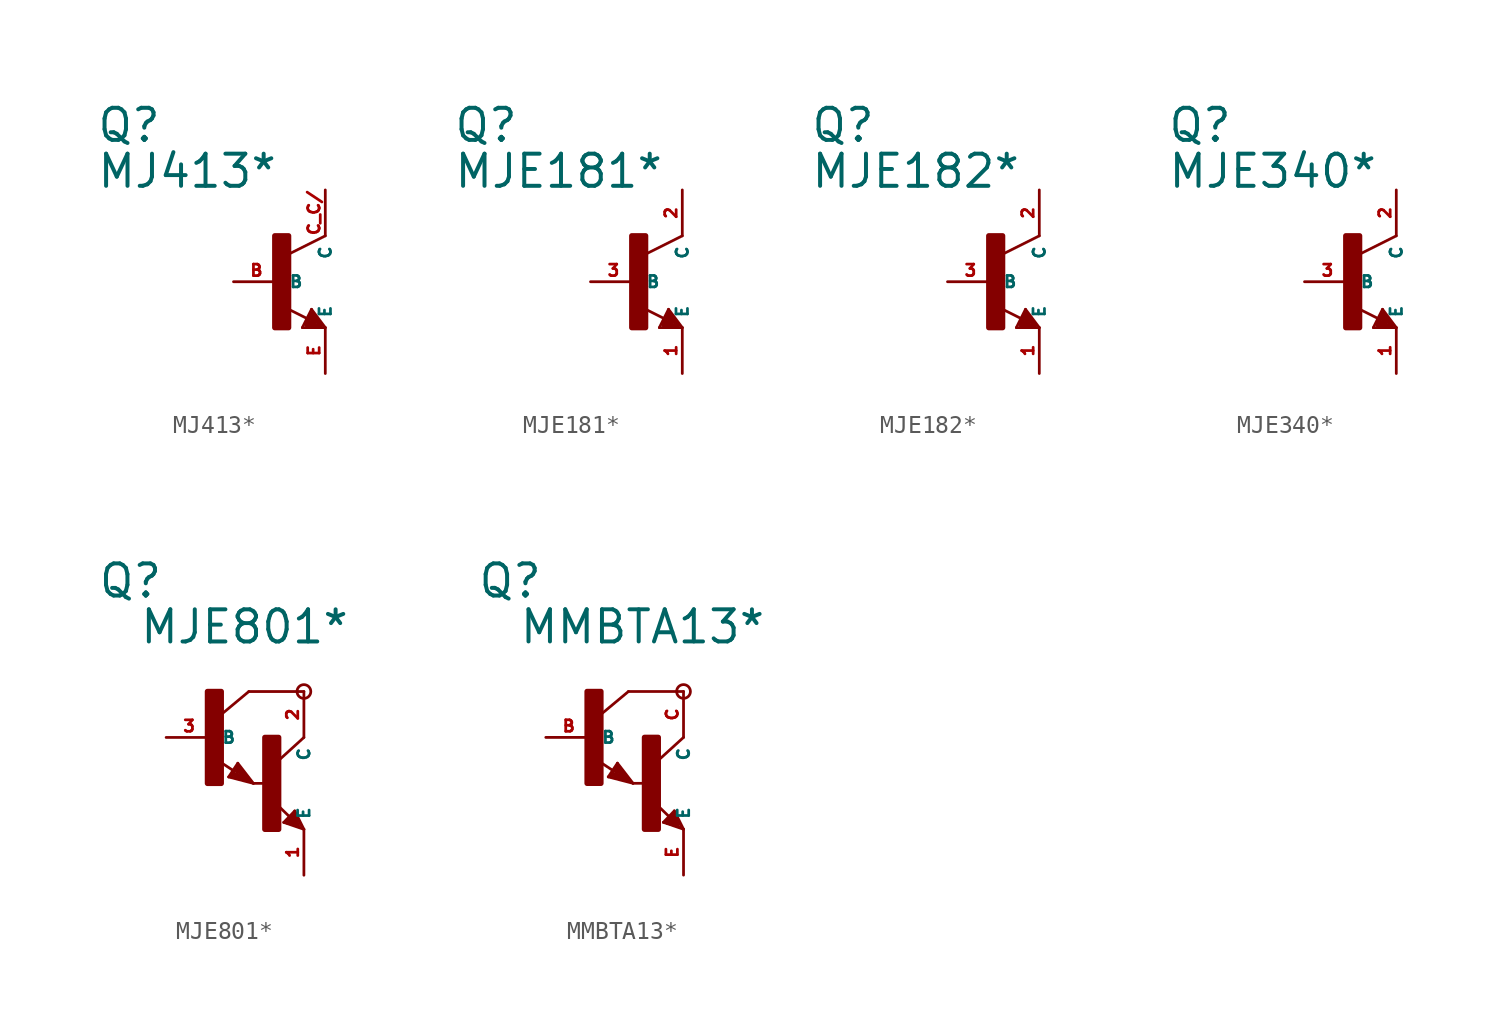
<source format=kicad_sym>
(kicad_symbol_lib
  (version 20220914)
  (generator Eagle2Kicad)
  (symbol "MJ413*"
    (property "Reference" "Q"
      (at -10.16 7.62 0)
      (effects (font (size 1.778 1.778) (thickness 0.22)) (justify left bottom)))
    (property "Value" "MJ413*"
      (at -10.16 5.08 0)
      (effects (font (size 1.778 1.778) (thickness 0.22)) (justify left bottom)))
    (polyline
      (pts (xy 2.54 2.54) (xy 0.508 1.524))
      (stroke (width 0.152) (type default))
      (fill (type none)))
    (polyline
      (pts (xy 1.778 -1.524) (xy 2.54 -2.54))
      (stroke (width 0.152) (type default))
      (fill (type none)))
    (polyline
      (pts (xy 2.54 -2.54) (xy 1.27 -2.54))
      (stroke (width 0.152) (type default))
      (fill (type none)))
    (polyline
      (pts (xy 1.27 -2.54) (xy 1.778 -1.524))
      (stroke (width 0.152) (type default))
      (fill (type none)))
    (polyline
      (pts (xy 1.54 -2.04) (xy 0.308 -1.424))
      (stroke (width 0.152) (type default))
      (fill (type none)))
    (polyline
      (pts (xy 1.524 -2.413) (xy 2.286 -2.413))
      (stroke (width 0.254) (type default))
      (fill (type none)))
    (polyline
      (pts (xy 2.286 -2.413) (xy 1.778 -1.778))
      (stroke (width 0.254) (type default))
      (fill (type none)))
    (polyline
      (pts (xy 1.778 -1.778) (xy 1.524 -2.286))
      (stroke (width 0.254) (type default))
      (fill (type none)))
    (polyline
      (pts (xy 1.524 -2.286) (xy 1.905 -2.286))
      (stroke (width 0.254) (type default))
      (fill (type none)))
    (polyline
      (pts (xy 1.905 -2.286) (xy 1.778 -2.032))
      (stroke (width 0.254) (type default))
      (fill (type none)))
    (rectangle
      (start -0.254 -2.54)
      (end 0.508 2.54)
      (stroke (width 0.3) (type default))
      (fill (type outline)))
    (pin passive line
      (at -2.54 0 0)
      (length 2.54)
      (name "B" (effects (font (size 0.635 0.635) (thickness 0.08)) (justify left bottom)))
      (number "B" (effects (font (size 0.635 0.635) (thickness 0.08)) (justify left bottom))))
    (pin passive line
      (at 2.54 -5.08 90)
      (length 2.54)
      (name "E" (effects (font (size 0.635 0.635) (thickness 0.08)) (justify left bottom)))
      (number "E" (effects (font (size 0.635 0.635) (thickness 0.08)) (justify left bottom))))
    (pin passive line
      (at 2.54 5.08 270)
      (length 2.54)
      (name "C" (effects (font (size 0.635 0.635) (thickness 0.08)) (justify left bottom)))
      (number "C C/" (effects (font (size 0.635 0.635) (thickness 0.08)) (justify left bottom)))))
  (symbol "MJE181*"
    (property "Reference" "Q"
      (at -10.16 7.62 0)
      (effects (font (size 1.778 1.778) (thickness 0.22)) (justify left bottom)))
    (property "Value" "MJE181*"
      (at -10.16 5.08 0)
      (effects (font (size 1.778 1.778) (thickness 0.22)) (justify left bottom)))
    (polyline
      (pts (xy 2.54 2.54) (xy 0.508 1.524))
      (stroke (width 0.152) (type default))
      (fill (type none)))
    (polyline
      (pts (xy 1.778 -1.524) (xy 2.54 -2.54))
      (stroke (width 0.152) (type default))
      (fill (type none)))
    (polyline
      (pts (xy 2.54 -2.54) (xy 1.27 -2.54))
      (stroke (width 0.152) (type default))
      (fill (type none)))
    (polyline
      (pts (xy 1.27 -2.54) (xy 1.778 -1.524))
      (stroke (width 0.152) (type default))
      (fill (type none)))
    (polyline
      (pts (xy 1.54 -2.04) (xy 0.308 -1.424))
      (stroke (width 0.152) (type default))
      (fill (type none)))
    (polyline
      (pts (xy 1.524 -2.413) (xy 2.286 -2.413))
      (stroke (width 0.254) (type default))
      (fill (type none)))
    (polyline
      (pts (xy 2.286 -2.413) (xy 1.778 -1.778))
      (stroke (width 0.254) (type default))
      (fill (type none)))
    (polyline
      (pts (xy 1.778 -1.778) (xy 1.524 -2.286))
      (stroke (width 0.254) (type default))
      (fill (type none)))
    (polyline
      (pts (xy 1.524 -2.286) (xy 1.905 -2.286))
      (stroke (width 0.254) (type default))
      (fill (type none)))
    (polyline
      (pts (xy 1.905 -2.286) (xy 1.778 -2.032))
      (stroke (width 0.254) (type default))
      (fill (type none)))
    (rectangle
      (start -0.254 -2.54)
      (end 0.508 2.54)
      (stroke (width 0.3) (type default))
      (fill (type outline)))
    (pin passive line
      (at -2.54 0 0)
      (length 2.54)
      (name "B" (effects (font (size 0.635 0.635) (thickness 0.08)) (justify left bottom)))
      (number "3" (effects (font (size 0.635 0.635) (thickness 0.08)) (justify left bottom))))
    (pin passive line
      (at 2.54 -5.08 90)
      (length 2.54)
      (name "E" (effects (font (size 0.635 0.635) (thickness 0.08)) (justify left bottom)))
      (number "1" (effects (font (size 0.635 0.635) (thickness 0.08)) (justify left bottom))))
    (pin passive line
      (at 2.54 5.08 270)
      (length 2.54)
      (name "C" (effects (font (size 0.635 0.635) (thickness 0.08)) (justify left bottom)))
      (number "2" (effects (font (size 0.635 0.635) (thickness 0.08)) (justify left bottom)))))
  (symbol "MJE182*"
    (property "Reference" "Q"
      (at -10.16 7.62 0)
      (effects (font (size 1.778 1.778) (thickness 0.22)) (justify left bottom)))
    (property "Value" "MJE182*"
      (at -10.16 5.08 0)
      (effects (font (size 1.778 1.778) (thickness 0.22)) (justify left bottom)))
    (polyline
      (pts (xy 2.54 2.54) (xy 0.508 1.524))
      (stroke (width 0.152) (type default))
      (fill (type none)))
    (polyline
      (pts (xy 1.778 -1.524) (xy 2.54 -2.54))
      (stroke (width 0.152) (type default))
      (fill (type none)))
    (polyline
      (pts (xy 2.54 -2.54) (xy 1.27 -2.54))
      (stroke (width 0.152) (type default))
      (fill (type none)))
    (polyline
      (pts (xy 1.27 -2.54) (xy 1.778 -1.524))
      (stroke (width 0.152) (type default))
      (fill (type none)))
    (polyline
      (pts (xy 1.54 -2.04) (xy 0.308 -1.424))
      (stroke (width 0.152) (type default))
      (fill (type none)))
    (polyline
      (pts (xy 1.524 -2.413) (xy 2.286 -2.413))
      (stroke (width 0.254) (type default))
      (fill (type none)))
    (polyline
      (pts (xy 2.286 -2.413) (xy 1.778 -1.778))
      (stroke (width 0.254) (type default))
      (fill (type none)))
    (polyline
      (pts (xy 1.778 -1.778) (xy 1.524 -2.286))
      (stroke (width 0.254) (type default))
      (fill (type none)))
    (polyline
      (pts (xy 1.524 -2.286) (xy 1.905 -2.286))
      (stroke (width 0.254) (type default))
      (fill (type none)))
    (polyline
      (pts (xy 1.905 -2.286) (xy 1.778 -2.032))
      (stroke (width 0.254) (type default))
      (fill (type none)))
    (rectangle
      (start -0.254 -2.54)
      (end 0.508 2.54)
      (stroke (width 0.3) (type default))
      (fill (type outline)))
    (pin passive line
      (at -2.54 0 0)
      (length 2.54)
      (name "B" (effects (font (size 0.635 0.635) (thickness 0.08)) (justify left bottom)))
      (number "3" (effects (font (size 0.635 0.635) (thickness 0.08)) (justify left bottom))))
    (pin passive line
      (at 2.54 -5.08 90)
      (length 2.54)
      (name "E" (effects (font (size 0.635 0.635) (thickness 0.08)) (justify left bottom)))
      (number "1" (effects (font (size 0.635 0.635) (thickness 0.08)) (justify left bottom))))
    (pin passive line
      (at 2.54 5.08 270)
      (length 2.54)
      (name "C" (effects (font (size 0.635 0.635) (thickness 0.08)) (justify left bottom)))
      (number "2" (effects (font (size 0.635 0.635) (thickness 0.08)) (justify left bottom)))))
  (symbol "MJE340*"
    (property "Reference" "Q"
      (at -10.16 7.62 0)
      (effects (font (size 1.778 1.778) (thickness 0.22)) (justify left bottom)))
    (property "Value" "MJE340*"
      (at -10.16 5.08 0)
      (effects (font (size 1.778 1.778) (thickness 0.22)) (justify left bottom)))
    (polyline
      (pts (xy 2.54 2.54) (xy 0.508 1.524))
      (stroke (width 0.152) (type default))
      (fill (type none)))
    (polyline
      (pts (xy 1.778 -1.524) (xy 2.54 -2.54))
      (stroke (width 0.152) (type default))
      (fill (type none)))
    (polyline
      (pts (xy 2.54 -2.54) (xy 1.27 -2.54))
      (stroke (width 0.152) (type default))
      (fill (type none)))
    (polyline
      (pts (xy 1.27 -2.54) (xy 1.778 -1.524))
      (stroke (width 0.152) (type default))
      (fill (type none)))
    (polyline
      (pts (xy 1.54 -2.04) (xy 0.308 -1.424))
      (stroke (width 0.152) (type default))
      (fill (type none)))
    (polyline
      (pts (xy 1.524 -2.413) (xy 2.286 -2.413))
      (stroke (width 0.254) (type default))
      (fill (type none)))
    (polyline
      (pts (xy 2.286 -2.413) (xy 1.778 -1.778))
      (stroke (width 0.254) (type default))
      (fill (type none)))
    (polyline
      (pts (xy 1.778 -1.778) (xy 1.524 -2.286))
      (stroke (width 0.254) (type default))
      (fill (type none)))
    (polyline
      (pts (xy 1.524 -2.286) (xy 1.905 -2.286))
      (stroke (width 0.254) (type default))
      (fill (type none)))
    (polyline
      (pts (xy 1.905 -2.286) (xy 1.778 -2.032))
      (stroke (width 0.254) (type default))
      (fill (type none)))
    (rectangle
      (start -0.254 -2.54)
      (end 0.508 2.54)
      (stroke (width 0.3) (type default))
      (fill (type outline)))
    (pin passive line
      (at -2.54 0 0)
      (length 2.54)
      (name "B" (effects (font (size 0.635 0.635) (thickness 0.08)) (justify left bottom)))
      (number "3" (effects (font (size 0.635 0.635) (thickness 0.08)) (justify left bottom))))
    (pin passive line
      (at 2.54 -5.08 90)
      (length 2.54)
      (name "E" (effects (font (size 0.635 0.635) (thickness 0.08)) (justify left bottom)))
      (number "1" (effects (font (size 0.635 0.635) (thickness 0.08)) (justify left bottom))))
    (pin passive line
      (at 2.54 5.08 270)
      (length 2.54)
      (name "C" (effects (font (size 0.635 0.635) (thickness 0.08)) (justify left bottom)))
      (number "2" (effects (font (size 0.635 0.635) (thickness 0.08)) (justify left bottom)))))
  (symbol "MJE801*"
    (property "Reference" "Q"
      (at -6.35 7.62 0)
      (effects (font (size 1.778 1.778) (thickness 0.22)) (justify left bottom)))
    (property "Value" "MJE801*"
      (at -4.064 5.08 0)
      (effects (font (size 1.778 1.778) (thickness 0.22)) (justify left bottom)))
    (polyline
      (pts (xy 5.08 2.54) (xy 2.032 2.54))
      (stroke (width 0.152) (type default))
      (fill (type none)))
    (polyline
      (pts (xy 1.424 -1.424) (xy 2.286 -2.54))
      (stroke (width 0.152) (type default))
      (fill (type none)))
    (polyline
      (pts (xy 2.921 -2.54) (xy 2.286 -2.54))
      (stroke (width 0.152) (type default))
      (fill (type none)))
    (polyline
      (pts (xy 0.916 -2.186) (xy 1.424 -1.424))
      (stroke (width 0.152) (type default))
      (fill (type none)))
    (polyline
      (pts (xy 2.286 -2.54) (xy 0.916 -2.186))
      (stroke (width 0.152) (type default))
      (fill (type none)))
    (polyline
      (pts (xy 2.032 2.54) (xy 0.508 1.27))
      (stroke (width 0.152) (type default))
      (fill (type none)))
    (polyline
      (pts (xy 5.08 0) (xy 3.683 -1.27))
      (stroke (width 0.152) (type default))
      (fill (type none)))
    (polyline
      (pts (xy 5.08 -5.08) (xy 3.964 -4.699))
      (stroke (width 0.152) (type default))
      (fill (type none)))
    (polyline
      (pts (xy 4.572 -4.064) (xy 5.08 -5.08))
      (stroke (width 0.152) (type default))
      (fill (type none)))
    (polyline
      (pts (xy 3.964 -4.699) (xy 4.572 -4.064))
      (stroke (width 0.152) (type default))
      (fill (type none)))
    (polyline
      (pts (xy 1.186 -1.84) (xy 0.208 -1.197))
      (stroke (width 0.152) (type default))
      (fill (type none)))
    (polyline
      (pts (xy 4.28 -4.38) (xy 3.483 -3.61))
      (stroke (width 0.152) (type default))
      (fill (type none)))
    (polyline
      (pts (xy 2.159 -2.413) (xy 1.397 -1.524))
      (stroke (width 0.127) (type default))
      (fill (type none)))
    (polyline
      (pts (xy 1.397 -1.524) (xy 1.016 -2.159))
      (stroke (width 0.127) (type default))
      (fill (type none)))
    (polyline
      (pts (xy 1.016 -2.159) (xy 2.032 -2.413))
      (stroke (width 0.127) (type default))
      (fill (type none)))
    (polyline
      (pts (xy 2.032 -2.413) (xy 1.397 -1.651))
      (stroke (width 0.127) (type default))
      (fill (type none)))
    (polyline
      (pts (xy 1.397 -1.651) (xy 1.143 -2.032))
      (stroke (width 0.127) (type default))
      (fill (type none)))
    (polyline
      (pts (xy 1.143 -2.032) (xy 1.905 -2.286))
      (stroke (width 0.254) (type default))
      (fill (type none)))
    (polyline
      (pts (xy 1.905 -2.286) (xy 1.397 -1.778))
      (stroke (width 0.254) (type default))
      (fill (type none)))
    (polyline
      (pts (xy 1.397 -1.778) (xy 1.397 -1.905))
      (stroke (width 0.254) (type default))
      (fill (type none)))
    (polyline
      (pts (xy 4.953 -4.953) (xy 4.572 -4.191))
      (stroke (width 0.127) (type default))
      (fill (type none)))
    (polyline
      (pts (xy 4.572 -4.191) (xy 4.064 -4.699))
      (stroke (width 0.127) (type default))
      (fill (type none)))
    (polyline
      (pts (xy 4.064 -4.699) (xy 4.826 -4.953))
      (stroke (width 0.127) (type default))
      (fill (type none)))
    (polyline
      (pts (xy 4.826 -4.953) (xy 4.572 -4.318))
      (stroke (width 0.127) (type default))
      (fill (type none)))
    (polyline
      (pts (xy 4.572 -4.318) (xy 4.191 -4.699))
      (stroke (width 0.254) (type default))
      (fill (type none)))
    (polyline
      (pts (xy 4.191 -4.699) (xy 4.699 -4.826))
      (stroke (width 0.254) (type default))
      (fill (type none)))
    (polyline
      (pts (xy 4.699 -4.826) (xy 4.572 -4.572))
      (stroke (width 0.254) (type default))
      (fill (type none)))
    (polyline
      (pts (xy 4.572 -4.572) (xy 4.445 -4.572))
      (stroke (width 0.254) (type default))
      (fill (type none)))
    (circle
      (center 5.08 2.54)
      (radius 0.381)
      (stroke (width 0) (type default))
      (fill (type none)))
    (rectangle
      (start -0.254 -2.54)
      (end 0.508 2.54)
      (stroke (width 0.3) (type default))
      (fill (type outline)))
    (rectangle
      (start 2.921 -5.08)
      (end 3.683 0)
      (stroke (width 0.3) (type default))
      (fill (type outline)))
    (pin passive line
      (at -2.54 0 0)
      (length 2.54)
      (name "B" (effects (font (size 0.635 0.635) (thickness 0.08)) (justify left bottom)))
      (number "3" (effects (font (size 0.635 0.635) (thickness 0.08)) (justify left bottom))))
    (pin passive line
      (at 5.08 -7.62 90)
      (length 2.54)
      (name "E" (effects (font (size 0.635 0.635) (thickness 0.08)) (justify left bottom)))
      (number "1" (effects (font (size 0.635 0.635) (thickness 0.08)) (justify left bottom))))
    (pin passive line
      (at 5.08 2.54 270)
      (length 2.54)
      (name "C" (effects (font (size 0.635 0.635) (thickness 0.08)) (justify left bottom)))
      (number "2" (effects (font (size 0.635 0.635) (thickness 0.08)) (justify left bottom)))))
  (symbol "MMBTA13*"
    (property "Reference" "Q"
      (at -6.35 7.62 0)
      (effects (font (size 1.778 1.778) (thickness 0.22)) (justify left bottom)))
    (property "Value" "MMBTA13*"
      (at -4.064 5.08 0)
      (effects (font (size 1.778 1.778) (thickness 0.22)) (justify left bottom)))
    (polyline
      (pts (xy 5.08 2.54) (xy 2.032 2.54))
      (stroke (width 0.152) (type default))
      (fill (type none)))
    (polyline
      (pts (xy 1.424 -1.424) (xy 2.286 -2.54))
      (stroke (width 0.152) (type default))
      (fill (type none)))
    (polyline
      (pts (xy 2.921 -2.54) (xy 2.286 -2.54))
      (stroke (width 0.152) (type default))
      (fill (type none)))
    (polyline
      (pts (xy 0.916 -2.186) (xy 1.424 -1.424))
      (stroke (width 0.152) (type default))
      (fill (type none)))
    (polyline
      (pts (xy 2.286 -2.54) (xy 0.916 -2.186))
      (stroke (width 0.152) (type default))
      (fill (type none)))
    (polyline
      (pts (xy 2.032 2.54) (xy 0.508 1.27))
      (stroke (width 0.152) (type default))
      (fill (type none)))
    (polyline
      (pts (xy 5.08 0) (xy 3.683 -1.27))
      (stroke (width 0.152) (type default))
      (fill (type none)))
    (polyline
      (pts (xy 5.08 -5.08) (xy 3.964 -4.699))
      (stroke (width 0.152) (type default))
      (fill (type none)))
    (polyline
      (pts (xy 4.572 -4.064) (xy 5.08 -5.08))
      (stroke (width 0.152) (type default))
      (fill (type none)))
    (polyline
      (pts (xy 3.964 -4.699) (xy 4.572 -4.064))
      (stroke (width 0.152) (type default))
      (fill (type none)))
    (polyline
      (pts (xy 1.186 -1.84) (xy 0.208 -1.197))
      (stroke (width 0.152) (type default))
      (fill (type none)))
    (polyline
      (pts (xy 4.28 -4.38) (xy 3.483 -3.61))
      (stroke (width 0.152) (type default))
      (fill (type none)))
    (polyline
      (pts (xy 2.159 -2.413) (xy 1.397 -1.524))
      (stroke (width 0.127) (type default))
      (fill (type none)))
    (polyline
      (pts (xy 1.397 -1.524) (xy 1.016 -2.159))
      (stroke (width 0.127) (type default))
      (fill (type none)))
    (polyline
      (pts (xy 1.016 -2.159) (xy 2.032 -2.413))
      (stroke (width 0.127) (type default))
      (fill (type none)))
    (polyline
      (pts (xy 2.032 -2.413) (xy 1.397 -1.651))
      (stroke (width 0.127) (type default))
      (fill (type none)))
    (polyline
      (pts (xy 1.397 -1.651) (xy 1.143 -2.032))
      (stroke (width 0.127) (type default))
      (fill (type none)))
    (polyline
      (pts (xy 1.143 -2.032) (xy 1.905 -2.286))
      (stroke (width 0.254) (type default))
      (fill (type none)))
    (polyline
      (pts (xy 1.905 -2.286) (xy 1.397 -1.778))
      (stroke (width 0.254) (type default))
      (fill (type none)))
    (polyline
      (pts (xy 1.397 -1.778) (xy 1.397 -1.905))
      (stroke (width 0.254) (type default))
      (fill (type none)))
    (polyline
      (pts (xy 4.953 -4.953) (xy 4.572 -4.191))
      (stroke (width 0.127) (type default))
      (fill (type none)))
    (polyline
      (pts (xy 4.572 -4.191) (xy 4.064 -4.699))
      (stroke (width 0.127) (type default))
      (fill (type none)))
    (polyline
      (pts (xy 4.064 -4.699) (xy 4.826 -4.953))
      (stroke (width 0.127) (type default))
      (fill (type none)))
    (polyline
      (pts (xy 4.826 -4.953) (xy 4.572 -4.318))
      (stroke (width 0.127) (type default))
      (fill (type none)))
    (polyline
      (pts (xy 4.572 -4.318) (xy 4.191 -4.699))
      (stroke (width 0.254) (type default))
      (fill (type none)))
    (polyline
      (pts (xy 4.191 -4.699) (xy 4.699 -4.826))
      (stroke (width 0.254) (type default))
      (fill (type none)))
    (polyline
      (pts (xy 4.699 -4.826) (xy 4.572 -4.572))
      (stroke (width 0.254) (type default))
      (fill (type none)))
    (polyline
      (pts (xy 4.572 -4.572) (xy 4.445 -4.572))
      (stroke (width 0.254) (type default))
      (fill (type none)))
    (circle
      (center 5.08 2.54)
      (radius 0.381)
      (stroke (width 0) (type default))
      (fill (type none)))
    (rectangle
      (start -0.254 -2.54)
      (end 0.508 2.54)
      (stroke (width 0.3) (type default))
      (fill (type outline)))
    (rectangle
      (start 2.921 -5.08)
      (end 3.683 0)
      (stroke (width 0.3) (type default))
      (fill (type outline)))
    (pin passive line
      (at -2.54 0 0)
      (length 2.54)
      (name "B" (effects (font (size 0.635 0.635) (thickness 0.08)) (justify left bottom)))
      (number "B" (effects (font (size 0.635 0.635) (thickness 0.08)) (justify left bottom))))
    (pin passive line
      (at 5.08 -7.62 90)
      (length 2.54)
      (name "E" (effects (font (size 0.635 0.635) (thickness 0.08)) (justify left bottom)))
      (number "E" (effects (font (size 0.635 0.635) (thickness 0.08)) (justify left bottom))))
    (pin passive line
      (at 5.08 2.54 270)
      (length 2.54)
      (name "C" (effects (font (size 0.635 0.635) (thickness 0.08)) (justify left bottom)))
      (number "C" (effects (font (size 0.635 0.635) (thickness 0.08)) (justify left bottom))))))
</source>
